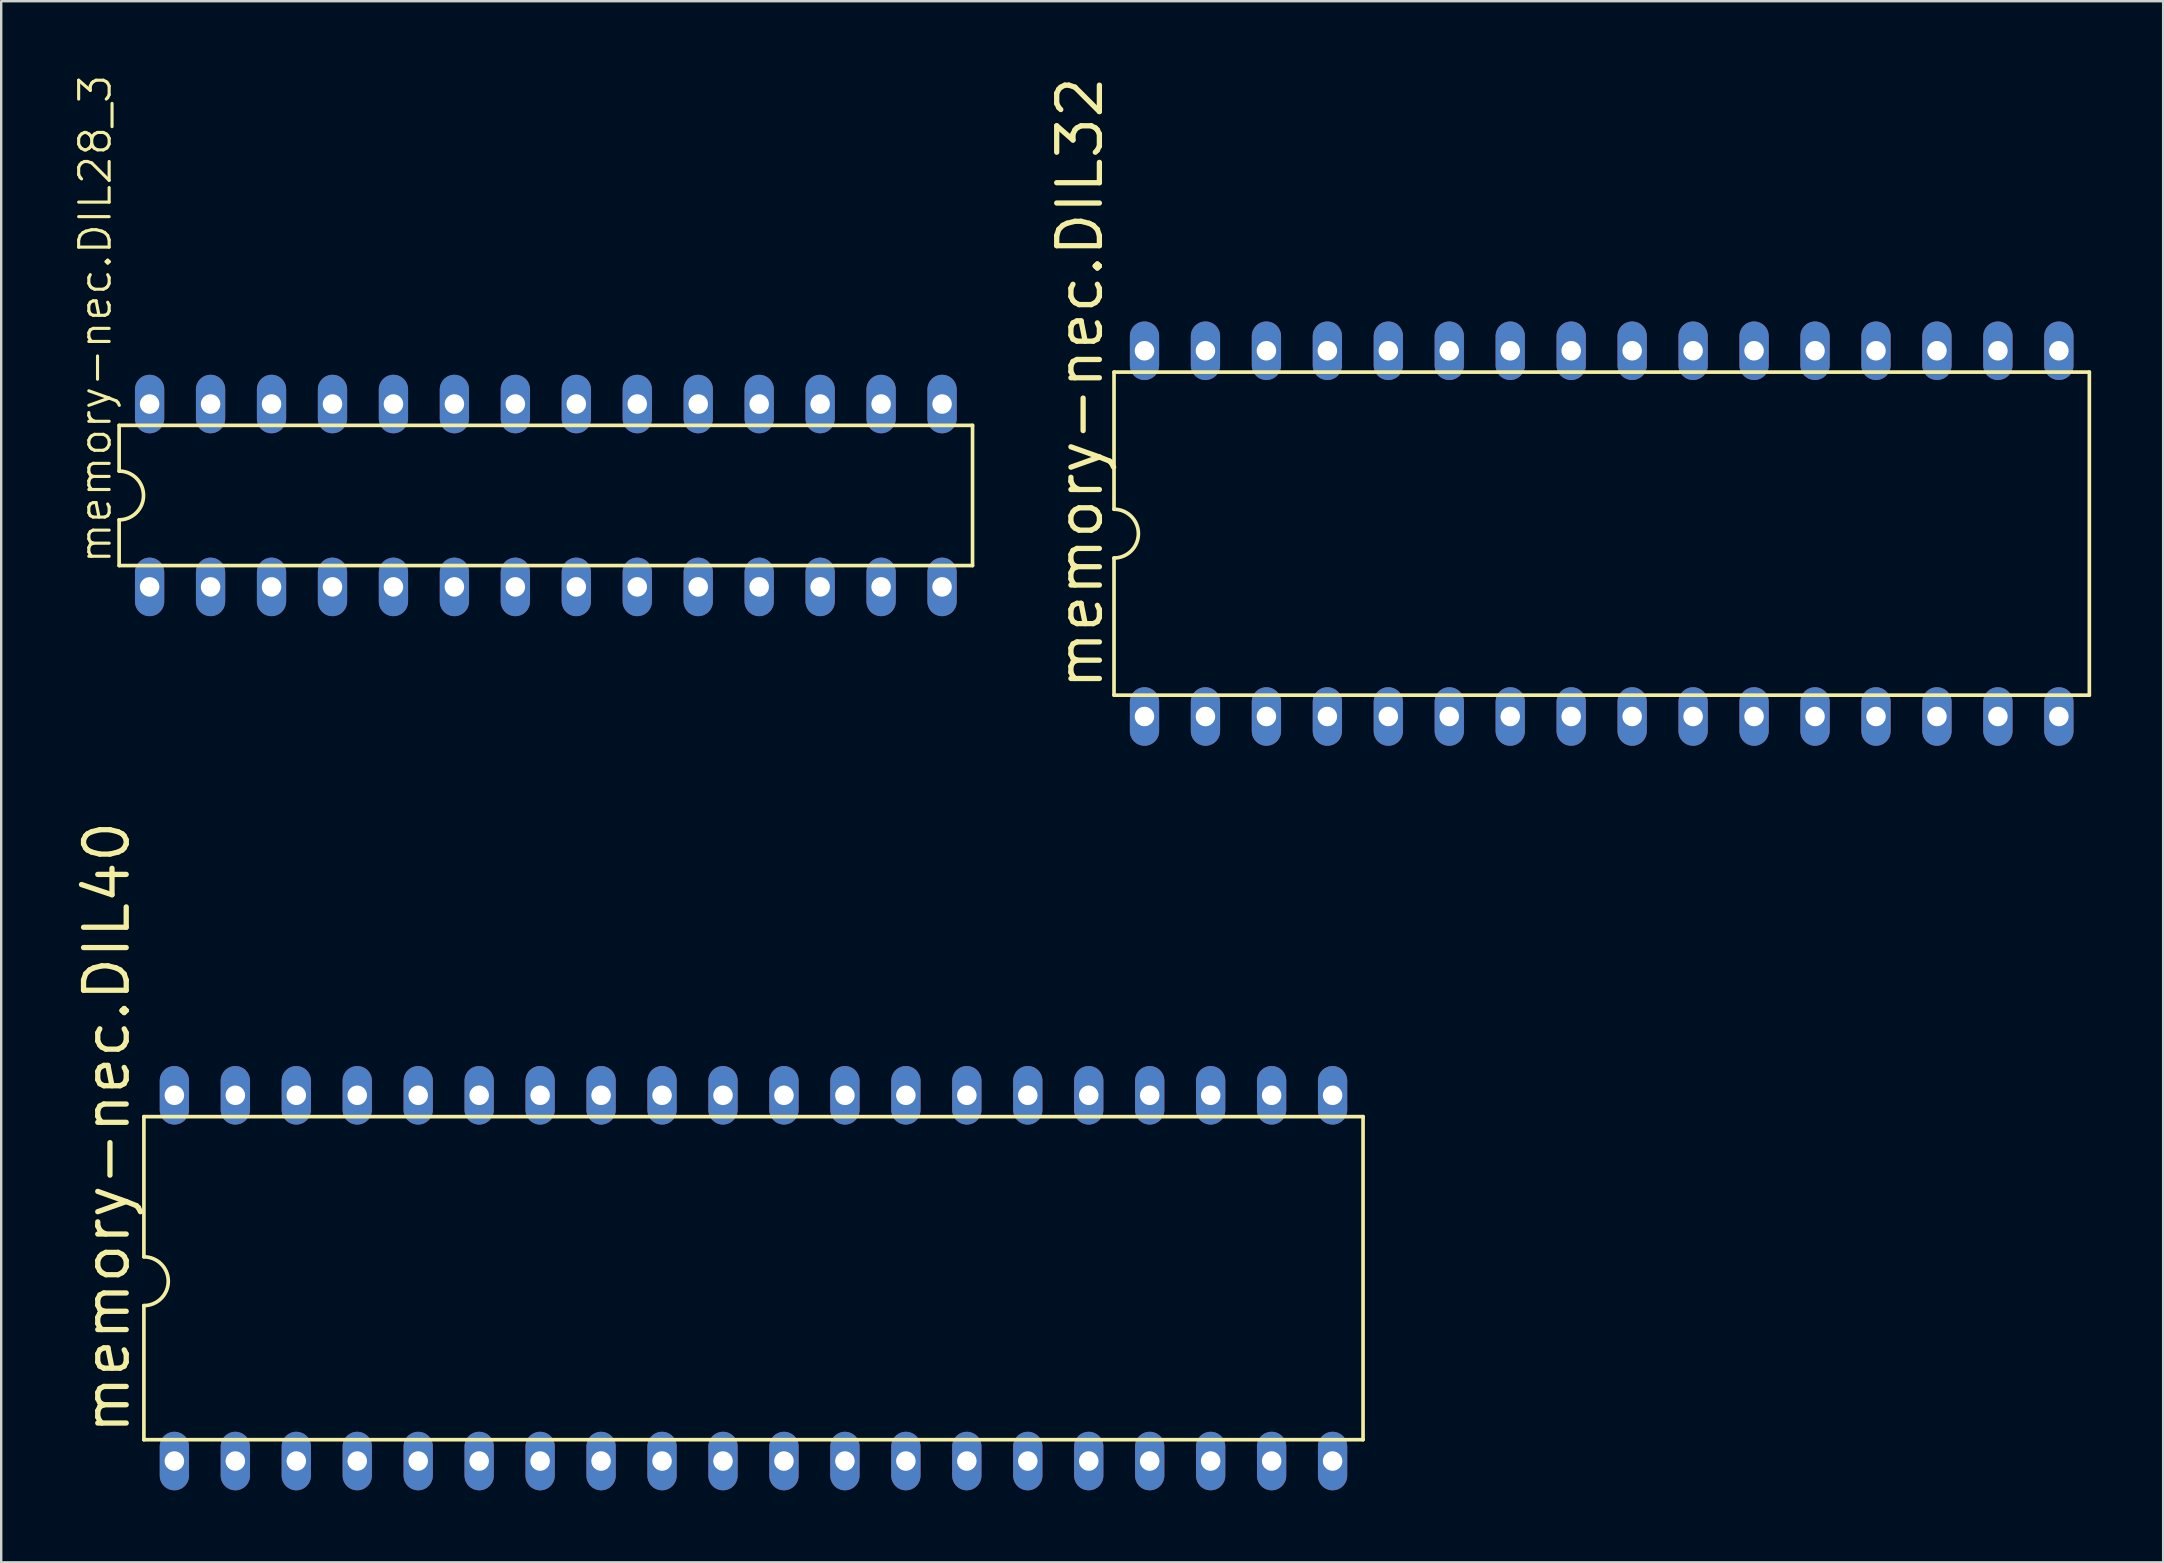
<source format=kicad_pcb>
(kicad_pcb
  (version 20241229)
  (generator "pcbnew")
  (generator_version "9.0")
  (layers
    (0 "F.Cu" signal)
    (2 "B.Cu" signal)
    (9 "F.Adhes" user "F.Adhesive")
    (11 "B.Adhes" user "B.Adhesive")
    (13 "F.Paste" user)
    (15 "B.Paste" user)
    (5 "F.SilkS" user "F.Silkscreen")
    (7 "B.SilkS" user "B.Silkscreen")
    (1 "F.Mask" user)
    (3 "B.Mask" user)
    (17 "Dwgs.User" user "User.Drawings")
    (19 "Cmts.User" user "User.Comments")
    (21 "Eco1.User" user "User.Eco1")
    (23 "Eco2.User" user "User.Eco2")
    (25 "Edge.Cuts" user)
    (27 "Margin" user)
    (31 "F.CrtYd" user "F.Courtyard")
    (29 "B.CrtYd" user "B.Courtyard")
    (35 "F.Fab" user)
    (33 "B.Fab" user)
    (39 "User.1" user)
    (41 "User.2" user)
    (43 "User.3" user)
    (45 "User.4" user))
  (footprint "memory-nec.DIL40"
    (layer "F.Cu")
    (at 28.346 50.209)
    (property "Reference" "memory-nec.DIL40" (at -25.908 6.604 90) (layer "F.SilkS") (effects (font (size 1.778 1.778) (thickness 0.22)) (justify left bottom)))
    (attr through_hole)
    (fp_line (start -25.4 -6.731) (end -25.4 -0.889) (stroke (width 0.152) (type default)) (layer "F.SilkS"))
    (fp_line (start -25.4 6.731) (end -25.4 1.143) (stroke (width 0.152) (type default)) (layer "F.SilkS"))
    (fp_line (start -25.4 6.731) (end 25.4 6.731) (stroke (width 0.152) (type default)) (layer "F.SilkS"))
    (fp_line (start 25.4 -6.731) (end -25.4 -6.731) (stroke (width 0.152) (type default)) (layer "F.SilkS"))
    (fp_line (start 25.4 -6.731) (end 25.4 6.731) (stroke (width 0.152) (type default)) (layer "F.SilkS"))
    (fp_arc (start -25.4 -0.889) (mid -24.384 0.127) (end -25.4 1.143) (stroke (width 0.1524) (type default)) (layer "F.SilkS"))
    (pad "1" thru_hole oval (at -24.13 7.62 90) (size 2.438 1.219) (drill 0.813) (layers "*.Cu" "*.Mask"))
    (pad "2" thru_hole oval (at -21.59 7.62 90) (size 2.438 1.219) (drill 0.813) (layers "*.Cu" "*.Mask"))
    (pad "3" thru_hole oval (at -19.05 7.62 90) (size 2.438 1.219) (drill 0.813) (layers "*.Cu" "*.Mask"))
    (pad "4" thru_hole oval (at -16.51 7.62 90) (size 2.438 1.219) (drill 0.813) (layers "*.Cu" "*.Mask"))
    (pad "5" thru_hole oval (at -13.97 7.62 90) (size 2.438 1.219) (drill 0.813) (layers "*.Cu" "*.Mask"))
    (pad "6" thru_hole oval (at -11.43 7.62 90) (size 2.438 1.219) (drill 0.813) (layers "*.Cu" "*.Mask"))
    (pad "7" thru_hole oval (at -8.89 7.62 90) (size 2.438 1.219) (drill 0.813) (layers "*.Cu" "*.Mask"))
    (pad "8" thru_hole oval (at -6.35 7.62 90) (size 2.438 1.219) (drill 0.813) (layers "*.Cu" "*.Mask"))
    (pad "9" thru_hole oval (at -3.81 7.62 90) (size 2.438 1.219) (drill 0.813) (layers "*.Cu" "*.Mask"))
    (pad "10" thru_hole oval (at -1.27 7.62 90) (size 2.438 1.219) (drill 0.813) (layers "*.Cu" "*.Mask"))
    (pad "11" thru_hole oval (at 1.27 7.62 90) (size 2.438 1.219) (drill 0.813) (layers "*.Cu" "*.Mask"))
    (pad "12" thru_hole oval (at 3.81 7.62 90) (size 2.438 1.219) (drill 0.813) (layers "*.Cu" "*.Mask"))
    (pad "13" thru_hole oval (at 6.35 7.62 90) (size 2.438 1.219) (drill 0.813) (layers "*.Cu" "*.Mask"))
    (pad "14" thru_hole oval (at 8.89 7.62 90) (size 2.438 1.219) (drill 0.813) (layers "*.Cu" "*.Mask"))
    (pad "15" thru_hole oval (at 11.43 7.62 90) (size 2.438 1.219) (drill 0.813) (layers "*.Cu" "*.Mask"))
    (pad "16" thru_hole oval (at 13.97 7.62 90) (size 2.438 1.219) (drill 0.813) (layers "*.Cu" "*.Mask"))
    (pad "17" thru_hole oval (at 16.51 7.62 90) (size 2.438 1.219) (drill 0.813) (layers "*.Cu" "*.Mask"))
    (pad "18" thru_hole oval (at 19.05 7.62 90) (size 2.438 1.219) (drill 0.813) (layers "*.Cu" "*.Mask"))
    (pad "19" thru_hole oval (at 21.59 7.62 90) (size 2.438 1.219) (drill 0.813) (layers "*.Cu" "*.Mask"))
    (pad "20" thru_hole oval (at 24.13 7.62 90) (size 2.438 1.219) (drill 0.813) (layers "*.Cu" "*.Mask"))
    (pad "21" thru_hole oval (at 24.13 -7.62 90) (size 2.438 1.219) (drill 0.813) (layers "*.Cu" "*.Mask"))
    (pad "22" thru_hole oval (at 21.59 -7.62 90) (size 2.438 1.219) (drill 0.813) (layers "*.Cu" "*.Mask"))
    (pad "23" thru_hole oval (at 19.05 -7.62 90) (size 2.438 1.219) (drill 0.813) (layers "*.Cu" "*.Mask"))
    (pad "24" thru_hole oval (at 16.51 -7.62 90) (size 2.438 1.219) (drill 0.813) (layers "*.Cu" "*.Mask"))
    (pad "25" thru_hole oval (at 13.97 -7.62 90) (size 2.438 1.219) (drill 0.813) (layers "*.Cu" "*.Mask"))
    (pad "26" thru_hole oval (at 11.43 -7.62 90) (size 2.438 1.219) (drill 0.813) (layers "*.Cu" "*.Mask"))
    (pad "27" thru_hole oval (at 8.89 -7.62 90) (size 2.438 1.219) (drill 0.813) (layers "*.Cu" "*.Mask"))
    (pad "28" thru_hole oval (at 6.35 -7.62 90) (size 2.438 1.219) (drill 0.813) (layers "*.Cu" "*.Mask"))
    (pad "29" thru_hole oval (at 3.81 -7.62 90) (size 2.438 1.219) (drill 0.813) (layers "*.Cu" "*.Mask"))
    (pad "30" thru_hole oval (at 1.27 -7.62 90) (size 2.438 1.219) (drill 0.813) (layers "*.Cu" "*.Mask"))
    (pad "31" thru_hole oval (at -1.27 -7.62 90) (size 2.438 1.219) (drill 0.813) (layers "*.Cu" "*.Mask"))
    (pad "32" thru_hole oval (at -3.81 -7.62 90) (size 2.438 1.219) (drill 0.813) (layers "*.Cu" "*.Mask"))
    (pad "33" thru_hole oval (at -6.35 -7.62 90) (size 2.438 1.219) (drill 0.813) (layers "*.Cu" "*.Mask"))
    (pad "34" thru_hole oval (at -8.89 -7.62 90) (size 2.438 1.219) (drill 0.813) (layers "*.Cu" "*.Mask"))
    (pad "35" thru_hole oval (at -11.43 -7.62 90) (size 2.438 1.219) (drill 0.813) (layers "*.Cu" "*.Mask"))
    (pad "36" thru_hole oval (at -13.97 -7.62 90) (size 2.438 1.219) (drill 0.813) (layers "*.Cu" "*.Mask"))
    (pad "37" thru_hole oval (at -16.51 -7.62 90) (size 2.438 1.219) (drill 0.813) (layers "*.Cu" "*.Mask"))
    (pad "38" thru_hole oval (at -19.05 -7.62 90) (size 2.438 1.219) (drill 0.813) (layers "*.Cu" "*.Mask"))
    (pad "39" thru_hole oval (at -21.59 -7.62 90) (size 2.438 1.219) (drill 0.813) (layers "*.Cu" "*.Mask"))
    (pad "40" thru_hole oval (at -24.13 -7.62 90) (size 2.438 1.219) (drill 0.813) (layers "*.Cu" "*.Mask")))
  (footprint "memory-nec.DIL28_3"
    (layer "F.Cu")
    (at 19.694 17.595)
    (property "Reference" "memory-nec.DIL28_3" (at -18.034 2.921 90) (layer "F.SilkS") (effects (font (size 1.27 1.27) (thickness 0.13)) (justify left bottom)))
    (attr through_hole)
    (fp_line (start -17.78 -2.921) (end -17.78 -1.016) (stroke (width 0.152) (type default)) (layer "F.SilkS"))
    (fp_line (start -17.78 2.921) (end -17.78 1.016) (stroke (width 0.152) (type default)) (layer "F.SilkS"))
    (fp_line (start -17.78 2.921) (end 17.78 2.921) (stroke (width 0.152) (type default)) (layer "F.SilkS"))
    (fp_line (start 17.78 -2.921) (end -17.78 -2.921) (stroke (width 0.152) (type default)) (layer "F.SilkS"))
    (fp_line (start 17.78 -2.921) (end 17.78 2.921) (stroke (width 0.152) (type default)) (layer "F.SilkS"))
    (fp_arc (start -17.78 -1.016) (mid -16.764 0) (end -17.78 1.016) (stroke (width 0.1524) (type default)) (layer "F.SilkS"))
    (pad "1" thru_hole oval (at -16.51 3.81 90) (size 2.438 1.219) (drill 0.813) (layers "*.Cu" "*.Mask"))
    (pad "2" thru_hole oval (at -13.97 3.81 90) (size 2.438 1.219) (drill 0.813) (layers "*.Cu" "*.Mask"))
    (pad "3" thru_hole oval (at -11.43 3.81 90) (size 2.438 1.219) (drill 0.813) (layers "*.Cu" "*.Mask"))
    (pad "4" thru_hole oval (at -8.89 3.81 90) (size 2.438 1.219) (drill 0.813) (layers "*.Cu" "*.Mask"))
    (pad "5" thru_hole oval (at -6.35 3.81 90) (size 2.438 1.219) (drill 0.813) (layers "*.Cu" "*.Mask"))
    (pad "6" thru_hole oval (at -3.81 3.81 90) (size 2.438 1.219) (drill 0.813) (layers "*.Cu" "*.Mask"))
    (pad "7" thru_hole oval (at -1.27 3.81 90) (size 2.438 1.219) (drill 0.813) (layers "*.Cu" "*.Mask"))
    (pad "8" thru_hole oval (at 1.27 3.81 90) (size 2.438 1.219) (drill 0.813) (layers "*.Cu" "*.Mask"))
    (pad "9" thru_hole oval (at 3.81 3.81 90) (size 2.438 1.219) (drill 0.813) (layers "*.Cu" "*.Mask"))
    (pad "10" thru_hole oval (at 6.35 3.81 90) (size 2.438 1.219) (drill 0.813) (layers "*.Cu" "*.Mask"))
    (pad "11" thru_hole oval (at 8.89 3.81 90) (size 2.438 1.219) (drill 0.813) (layers "*.Cu" "*.Mask"))
    (pad "12" thru_hole oval (at 11.43 3.81 90) (size 2.438 1.219) (drill 0.813) (layers "*.Cu" "*.Mask"))
    (pad "13" thru_hole oval (at 13.97 3.81 90) (size 2.438 1.219) (drill 0.813) (layers "*.Cu" "*.Mask"))
    (pad "14" thru_hole oval (at 16.51 3.81 90) (size 2.438 1.219) (drill 0.813) (layers "*.Cu" "*.Mask"))
    (pad "15" thru_hole oval (at 16.51 -3.81 90) (size 2.438 1.219) (drill 0.813) (layers "*.Cu" "*.Mask"))
    (pad "16" thru_hole oval (at 13.97 -3.81 90) (size 2.438 1.219) (drill 0.813) (layers "*.Cu" "*.Mask"))
    (pad "17" thru_hole oval (at 11.43 -3.81 90) (size 2.438 1.219) (drill 0.813) (layers "*.Cu" "*.Mask"))
    (pad "18" thru_hole oval (at 8.89 -3.81 90) (size 2.438 1.219) (drill 0.813) (layers "*.Cu" "*.Mask"))
    (pad "19" thru_hole oval (at 6.35 -3.81 90) (size 2.438 1.219) (drill 0.813) (layers "*.Cu" "*.Mask"))
    (pad "20" thru_hole oval (at 3.81 -3.81 90) (size 2.438 1.219) (drill 0.813) (layers "*.Cu" "*.Mask"))
    (pad "21" thru_hole oval (at 1.27 -3.81 90) (size 2.438 1.219) (drill 0.813) (layers "*.Cu" "*.Mask"))
    (pad "22" thru_hole oval (at -1.27 -3.81 90) (size 2.438 1.219) (drill 0.813) (layers "*.Cu" "*.Mask"))
    (pad "23" thru_hole oval (at -3.81 -3.81 90) (size 2.438 1.219) (drill 0.813) (layers "*.Cu" "*.Mask"))
    (pad "24" thru_hole oval (at -6.35 -3.81 90) (size 2.438 1.219) (drill 0.813) (layers "*.Cu" "*.Mask"))
    (pad "25" thru_hole oval (at -8.89 -3.81 90) (size 2.438 1.219) (drill 0.813) (layers "*.Cu" "*.Mask"))
    (pad "26" thru_hole oval (at -11.43 -3.81 90) (size 2.438 1.219) (drill 0.813) (layers "*.Cu" "*.Mask"))
    (pad "27" thru_hole oval (at -13.97 -3.81 90) (size 2.438 1.219) (drill 0.813) (layers "*.Cu" "*.Mask"))
    (pad "28" thru_hole oval (at -16.51 -3.81 90) (size 2.438 1.219) (drill 0.813) (layers "*.Cu" "*.Mask")))
  (footprint "memory-nec.DIL32"
    (layer "F.Cu")
    (at 63.689 19.185)
    (property "Reference" "memory-nec.DIL32" (at -20.701 6.604 90) (layer "F.SilkS") (effects (font (size 1.778 1.778) (thickness 0.22)) (justify left bottom)))
    (attr through_hole)
    (fp_line (start -20.32 -6.731) (end -20.32 -1.016) (stroke (width 0.152) (type default)) (layer "F.SilkS"))
    (fp_line (start -20.32 6.731) (end -20.32 1.016) (stroke (width 0.152) (type default)) (layer "F.SilkS"))
    (fp_line (start -20.32 6.731) (end 20.32 6.731) (stroke (width 0.152) (type default)) (layer "F.SilkS"))
    (fp_line (start 20.32 -6.731) (end -20.32 -6.731) (stroke (width 0.152) (type default)) (layer "F.SilkS"))
    (fp_line (start 20.32 -6.731) (end 20.32 6.731) (stroke (width 0.152) (type default)) (layer "F.SilkS"))
    (fp_arc (start -20.32 -1.016) (mid -19.304 0) (end -20.32 1.016) (stroke (width 0.1524) (type default)) (layer "F.SilkS"))
    (pad "1" thru_hole oval (at -19.05 7.62 90) (size 2.438 1.219) (drill 0.813) (layers "*.Cu" "*.Mask"))
    (pad "2" thru_hole oval (at -16.51 7.62 90) (size 2.438 1.219) (drill 0.813) (layers "*.Cu" "*.Mask"))
    (pad "3" thru_hole oval (at -13.97 7.62 90) (size 2.438 1.219) (drill 0.813) (layers "*.Cu" "*.Mask"))
    (pad "4" thru_hole oval (at -11.43 7.62 90) (size 2.438 1.219) (drill 0.813) (layers "*.Cu" "*.Mask"))
    (pad "5" thru_hole oval (at -8.89 7.62 90) (size 2.438 1.219) (drill 0.813) (layers "*.Cu" "*.Mask"))
    (pad "6" thru_hole oval (at -6.35 7.62 90) (size 2.438 1.219) (drill 0.813) (layers "*.Cu" "*.Mask"))
    (pad "7" thru_hole oval (at -3.81 7.62 90) (size 2.438 1.219) (drill 0.813) (layers "*.Cu" "*.Mask"))
    (pad "8" thru_hole oval (at -1.27 7.62 90) (size 2.438 1.219) (drill 0.813) (layers "*.Cu" "*.Mask"))
    (pad "9" thru_hole oval (at 1.27 7.62 90) (size 2.438 1.219) (drill 0.813) (layers "*.Cu" "*.Mask"))
    (pad "10" thru_hole oval (at 3.81 7.62 90) (size 2.438 1.219) (drill 0.813) (layers "*.Cu" "*.Mask"))
    (pad "11" thru_hole oval (at 6.35 7.62 90) (size 2.438 1.219) (drill 0.813) (layers "*.Cu" "*.Mask"))
    (pad "12" thru_hole oval (at 8.89 7.62 90) (size 2.438 1.219) (drill 0.813) (layers "*.Cu" "*.Mask"))
    (pad "13" thru_hole oval (at 11.43 7.62 90) (size 2.438 1.219) (drill 0.813) (layers "*.Cu" "*.Mask"))
    (pad "14" thru_hole oval (at 13.97 7.62 90) (size 2.438 1.219) (drill 0.813) (layers "*.Cu" "*.Mask"))
    (pad "15" thru_hole oval (at 16.51 7.62 90) (size 2.438 1.219) (drill 0.813) (layers "*.Cu" "*.Mask"))
    (pad "16" thru_hole oval (at 19.05 7.62 90) (size 2.438 1.219) (drill 0.813) (layers "*.Cu" "*.Mask"))
    (pad "17" thru_hole oval (at 19.05 -7.62 90) (size 2.438 1.219) (drill 0.813) (layers "*.Cu" "*.Mask"))
    (pad "18" thru_hole oval (at 16.51 -7.62 90) (size 2.438 1.219) (drill 0.813) (layers "*.Cu" "*.Mask"))
    (pad "19" thru_hole oval (at 13.97 -7.62 90) (size 2.438 1.219) (drill 0.813) (layers "*.Cu" "*.Mask"))
    (pad "20" thru_hole oval (at 11.43 -7.62 90) (size 2.438 1.219) (drill 0.813) (layers "*.Cu" "*.Mask"))
    (pad "21" thru_hole oval (at 8.89 -7.62 90) (size 2.438 1.219) (drill 0.813) (layers "*.Cu" "*.Mask"))
    (pad "22" thru_hole oval (at 6.35 -7.62 90) (size 2.438 1.219) (drill 0.813) (layers "*.Cu" "*.Mask"))
    (pad "23" thru_hole oval (at 3.81 -7.62 90) (size 2.438 1.219) (drill 0.813) (layers "*.Cu" "*.Mask"))
    (pad "24" thru_hole oval (at 1.27 -7.62 90) (size 2.438 1.219) (drill 0.813) (layers "*.Cu" "*.Mask"))
    (pad "25" thru_hole oval (at -1.27 -7.62 90) (size 2.438 1.219) (drill 0.813) (layers "*.Cu" "*.Mask"))
    (pad "26" thru_hole oval (at -3.81 -7.62 90) (size 2.438 1.219) (drill 0.813) (layers "*.Cu" "*.Mask"))
    (pad "27" thru_hole oval (at -6.35 -7.62 90) (size 2.438 1.219) (drill 0.813) (layers "*.Cu" "*.Mask"))
    (pad "28" thru_hole oval (at -8.89 -7.62 90) (size 2.438 1.219) (drill 0.813) (layers "*.Cu" "*.Mask"))
    (pad "29" thru_hole oval (at -11.43 -7.62 90) (size 2.438 1.219) (drill 0.813) (layers "*.Cu" "*.Mask"))
    (pad "30" thru_hole oval (at -13.97 -7.62 90) (size 2.438 1.219) (drill 0.813) (layers "*.Cu" "*.Mask"))
    (pad "31" thru_hole oval (at -16.51 -7.62 90) (size 2.438 1.219) (drill 0.813) (layers "*.Cu" "*.Mask"))
    (pad "32" thru_hole oval (at -19.05 -7.62 90) (size 2.438 1.219) (drill 0.813) (layers "*.Cu" "*.Mask")))
  (gr_rect
    (start -3 -3)
    (end 87.085 62.049)
    (stroke (width 0.1) (type default))
    (fill no)
    (layer "Edge.Cuts")))
</source>
